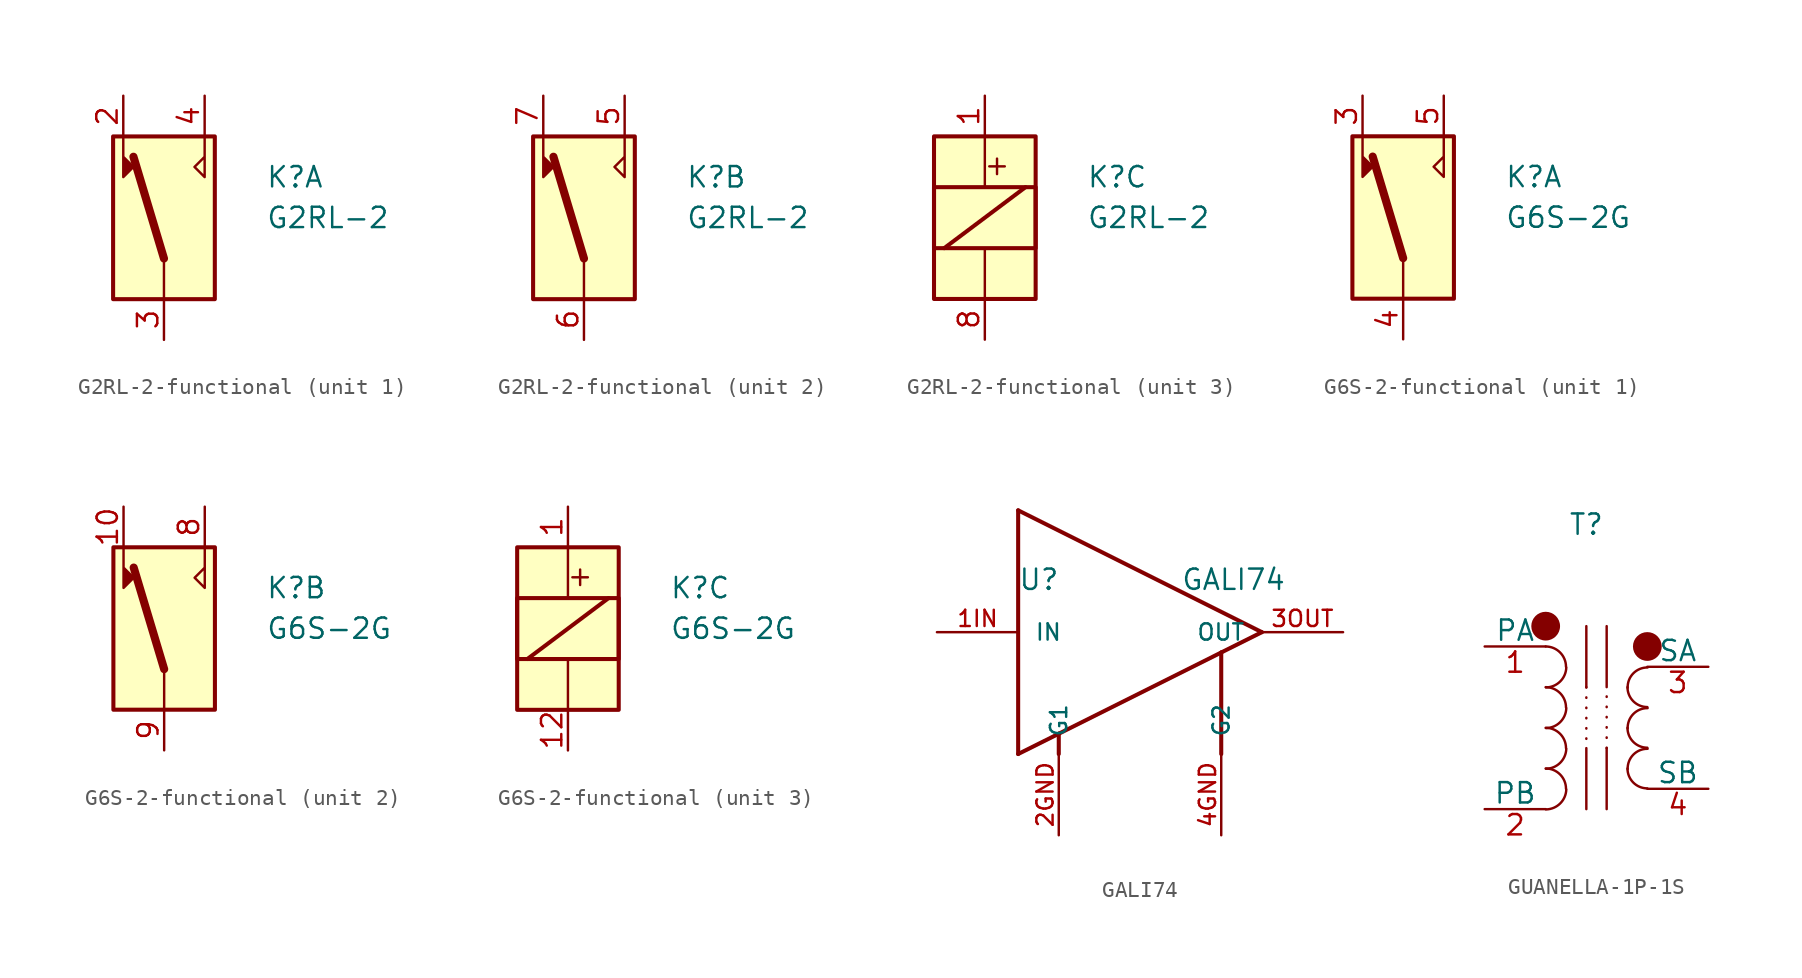
<source format=kicad_sym>
(kicad_symbol_lib
  (version 20241209)
  (generator "kicad_symbol_editor")
  (generator_version "9.0")
  (symbol "G2RL-2-functional"
    (property "Reference" "K"
      (at 6.35 2.54 0)
      (effects (font (size 1.27 1.27)) (justify left)))
    (property "Value" "G2RL-2"
      (at 6.35 0 0)
      (effects (font (size 1.27 1.27)) (justify left)))
    (property "ki_locked" ""
      (at 0 0 0)
      (effects (font (size 1.27 1.27))))
    (symbol "G2RL-2-functional_0_1"
      (rectangle (start -3.175 5.08) (end 3.175 -5.08) (stroke (width 0.254) (type solid)) (fill (type background))))
    (symbol "G2RL-2-functional_1_1"
      (polyline (pts (xy -2.54 5.08) (xy -2.54 2.54) (xy -1.905 3.175) (xy -2.54 3.81)) (stroke (width 0) (type solid)) (fill (type outline)))
      (polyline (pts (xy 0 -2.54) (xy -1.905 3.81)) (stroke (width 0.508) (type solid)) (fill (type none)))
      (polyline (pts (xy 0 -2.54) (xy 0 -5.08)) (stroke (width 0) (type solid)) (fill (type none)))
      (polyline (pts (xy 2.54 5.08) (xy 2.54 2.54) (xy 1.905 3.175) (xy 2.54 3.81)) (stroke (width 0) (type solid)) (fill (type none)))
      (pin passive line (at -2.54 7.62 270) (length 2.54) (name "~" (effects (font (size 1.27 1.27)))) (number "2" (effects (font (size 1.27 1.27)))))
      (pin passive line (at 0 -7.62 90) (length 2.54) (name "~" (effects (font (size 1.27 1.27)))) (number "3" (effects (font (size 1.27 1.27)))))
      (pin passive line (at 2.54 7.62 270) (length 2.54) (name "~" (effects (font (size 1.27 1.27)))) (number "4" (effects (font (size 1.27 1.27))))))
    (symbol "G2RL-2-functional_2_1"
      (polyline (pts (xy -2.54 5.08) (xy -2.54 2.54) (xy -1.905 3.175) (xy -2.54 3.81)) (stroke (width 0) (type solid)) (fill (type outline)))
      (polyline (pts (xy 0 -2.54) (xy -1.905 3.81)) (stroke (width 0.508) (type solid)) (fill (type none)))
      (polyline (pts (xy 0 -2.54) (xy 0 -5.08)) (stroke (width 0) (type solid)) (fill (type none)))
      (polyline (pts (xy 2.54 5.08) (xy 2.54 2.54) (xy 1.905 3.175) (xy 2.54 3.81)) (stroke (width 0) (type solid)) (fill (type none)))
      (pin passive line (at -2.54 7.62 270) (length 2.54) (name "~" (effects (font (size 1.27 1.27)))) (number "7" (effects (font (size 1.27 1.27)))))
      (pin passive line (at 0 -7.62 90) (length 2.54) (name "~" (effects (font (size 1.27 1.27)))) (number "6" (effects (font (size 1.27 1.27)))))
      (pin passive line (at 2.54 7.62 270) (length 2.54) (name "~" (effects (font (size 1.27 1.27)))) (number "5" (effects (font (size 1.27 1.27))))))
    (symbol "G2RL-2-functional_3_1"
      (rectangle (start -3.175 1.905) (end 3.175 -1.905) (stroke (width 0.254) (type solid)) (fill (type none)))
      (polyline (pts (xy -2.54 -1.905) (xy 2.54 1.905)) (stroke (width 0.254) (type solid)) (fill (type none)))
      (polyline (pts (xy 0 5.08) (xy 0 1.905)) (stroke (width 0) (type solid)) (fill (type none)))
      (polyline (pts (xy 0 -5.08) (xy 0 -1.905)) (stroke (width 0) (type solid)) (fill (type none)))
      (text "+" (at 0.762 3.302 0) (effects (font (size 1.27 1.27))))
      (pin passive line (at 0 7.62 270) (length 2.54) (name "~" (effects (font (size 1.27 1.27)))) (number "1" (effects (font (size 1.27 1.27)))))
      (pin passive line (at 0 -7.62 90) (length 2.54) (name "~" (effects (font (size 1.27 1.27)))) (number "8" (effects (font (size 1.27 1.27)))))))
  (symbol "G6S-2-functional"
    (property "Reference" "K"
      (at 6.35 2.54 0)
      (effects (font (size 1.27 1.27)) (justify left)))
    (property "Value" "G6S-2G"
      (at 6.35 0 0)
      (effects (font (size 1.27 1.27)) (justify left)))
    (property "ki_locked" ""
      (at 0 0 0)
      (effects (font (size 1.27 1.27))))
    (symbol "G6S-2-functional_0_1"
      (rectangle (start -3.175 5.08) (end 3.175 -5.08) (stroke (width 0.254) (type solid)) (fill (type background))))
    (symbol "G6S-2-functional_1_1"
      (polyline (pts (xy -2.54 5.08) (xy -2.54 2.54) (xy -1.905 3.175) (xy -2.54 3.81)) (stroke (width 0) (type solid)) (fill (type outline)))
      (polyline (pts (xy 0 -2.54) (xy -1.905 3.81)) (stroke (width 0.508) (type solid)) (fill (type none)))
      (polyline (pts (xy 0 -2.54) (xy 0 -5.08)) (stroke (width 0) (type solid)) (fill (type none)))
      (polyline (pts (xy 2.54 5.08) (xy 2.54 2.54) (xy 1.905 3.175) (xy 2.54 3.81)) (stroke (width 0) (type solid)) (fill (type none)))
      (pin passive line (at -2.54 7.62 270) (length 2.54) (name "~" (effects (font (size 1.27 1.27)))) (number "3" (effects (font (size 1.27 1.27)))))
      (pin passive line (at 0 -7.62 90) (length 2.54) (name "~" (effects (font (size 1.27 1.27)))) (number "4" (effects (font (size 1.27 1.27)))))
      (pin passive line (at 2.54 7.62 270) (length 2.54) (name "~" (effects (font (size 1.27 1.27)))) (number "5" (effects (font (size 1.27 1.27))))))
    (symbol "G6S-2-functional_2_1"
      (polyline (pts (xy -2.54 5.08) (xy -2.54 2.54) (xy -1.905 3.175) (xy -2.54 3.81)) (stroke (width 0) (type solid)) (fill (type outline)))
      (polyline (pts (xy 0 -2.54) (xy -1.905 3.81)) (stroke (width 0.508) (type solid)) (fill (type none)))
      (polyline (pts (xy 0 -2.54) (xy 0 -5.08)) (stroke (width 0) (type solid)) (fill (type none)))
      (polyline (pts (xy 2.54 5.08) (xy 2.54 2.54) (xy 1.905 3.175) (xy 2.54 3.81)) (stroke (width 0) (type solid)) (fill (type none)))
      (pin passive line (at -2.54 7.62 270) (length 2.54) (name "~" (effects (font (size 1.27 1.27)))) (number "10" (effects (font (size 1.27 1.27)))))
      (pin passive line (at 0 -7.62 90) (length 2.54) (name "~" (effects (font (size 1.27 1.27)))) (number "9" (effects (font (size 1.27 1.27)))))
      (pin passive line (at 2.54 7.62 270) (length 2.54) (name "~" (effects (font (size 1.27 1.27)))) (number "8" (effects (font (size 1.27 1.27))))))
    (symbol "G6S-2-functional_3_1"
      (rectangle (start -3.175 1.905) (end 3.175 -1.905) (stroke (width 0.254) (type solid)) (fill (type none)))
      (polyline (pts (xy -2.54 -1.905) (xy 2.54 1.905)) (stroke (width 0.254) (type solid)) (fill (type none)))
      (polyline (pts (xy 0 5.08) (xy 0 1.905)) (stroke (width 0) (type solid)) (fill (type none)))
      (polyline (pts (xy 0 -5.08) (xy 0 -1.905)) (stroke (width 0) (type solid)) (fill (type none)))
      (text "+" (at 0.762 3.302 0) (effects (font (size 1.27 1.27))))
      (pin passive line (at 0 7.62 270) (length 2.54) (name "~" (effects (font (size 1.27 1.27)))) (number "1" (effects (font (size 1.27 1.27)))))
      (pin passive line (at 0 -7.62 90) (length 2.54) (name "~" (effects (font (size 1.27 1.27)))) (number "12" (effects (font (size 1.27 1.27)))))))
  (symbol "GALI74"
    (pin_names
      (offset 1.016))
    (property "Reference" "U"
      (at -7.632 2.544 0)
      (effects (font (size 1.27 1.27)) (justify left bottom)))
    (property "Value" "GALI74"
      (at 2.545 2.545 0)
      (effects (font (size 1.27 1.27)) (justify left bottom)))
    (symbol "GALI74_0_0"
      (polyline (pts (xy -7.62 7.62) (xy -7.62 -7.62)) (stroke (width 0.254) (type default)) (fill (type none)))
      (polyline (pts (xy -7.62 -7.62) (xy -5.08 -6.35)) (stroke (width 0.254) (type default)) (fill (type none)))
      (polyline (pts (xy -5.08 -6.35) (xy 5.08 -1.27)) (stroke (width 0.254) (type default)) (fill (type none)))
      (polyline (pts (xy -5.08 -7.62) (xy -5.08 -6.35)) (stroke (width 0.254) (type default)) (fill (type none)))
      (polyline (pts (xy 5.08 -1.27) (xy 7.62 0)) (stroke (width 0.254) (type default)) (fill (type none)))
      (polyline (pts (xy 5.08 -7.62) (xy 5.08 -1.27)) (stroke (width 0.254) (type default)) (fill (type none)))
      (polyline (pts (xy 7.62 0) (xy -7.62 7.62)) (stroke (width 0.254) (type default)) (fill (type none)))
      (pin input line (at -12.7 0 0) (length 5.08) (name "IN" (effects (font (size 1.016 1.016)))) (number "1IN" (effects (font (size 1.016 1.016)))))
      (pin power_in line (at -5.08 -12.7 90) (length 5.08) (name "G1" (effects (font (size 1.016 1.016)))) (number "2GND" (effects (font (size 1.016 1.016)))))
      (pin power_in line (at 5.08 -12.7 90) (length 5.08) (name "G2" (effects (font (size 1.016 1.016)))) (number "4GND" (effects (font (size 1.016 1.016)))))
      (pin output line (at 12.7 0 180) (length 5.08) (name "OUT" (effects (font (size 1.016 1.016)))) (number "3OUT" (effects (font (size 1.016 1.016)))))))
  (symbol "GUANELLA-1P-1S"
    (pin_names
      (offset 0))
    (property "Reference" "T"
      (at 0 0 0)
      (effects (font (size 1.27 1.27))))
    (property "Value" ""
      (at 0 0 0)
      (effects (font (size 1.27 1.27))))
    (symbol "GUANELLA-1P-1S_0_1"
      (arc (start -2.5399 -7.6199) (mid -1.6419 -7.9919) (end -1.2699 -8.8899) (stroke (width 0) (type default)) (fill (type none)))
      (arc (start -1.2519 -8.9341) (mid -1.6379 -9.8105) (end -2.5219 -10.1787) (stroke (width 0) (type default)) (fill (type none)))
      (arc (start -2.5399 -10.1599) (mid -1.6419 -10.5319) (end -1.2699 -11.4299) (stroke (width 0) (type default)) (fill (type none)))
      (arc (start -1.2519 -11.4741) (mid -1.6379 -12.3505) (end -2.5219 -12.7187) (stroke (width 0) (type default)) (fill (type none)))
      (arc (start -2.5399 -12.6999) (mid -1.6419 -13.0719) (end -1.2699 -13.9699) (stroke (width 0) (type default)) (fill (type none)))
      (arc (start -1.2519 -14.0141) (mid -1.6379 -14.8905) (end -2.5219 -15.2587) (stroke (width 0) (type default)) (fill (type none)))
      (arc (start -2.5399 -15.2399) (mid -1.6419 -15.6119) (end -1.2699 -16.5099) (stroke (width 0) (type default)) (fill (type none)))
      (arc (start -1.2519 -16.5541) (mid -1.6379 -17.4305) (end -2.5219 -17.7987) (stroke (width 0) (type default)) (fill (type none)))
      (polyline (pts (xy 0 -6.35) (xy 0 -10.16)) (stroke (width 0) (type default)) (fill (type none)))
      (polyline (pts (xy 0 -13.97) (xy 0 -17.78)) (stroke (width 0) (type default)) (fill (type none)))
      (polyline (pts (xy 1.27 -10.16) (xy 1.27 -6.35)) (stroke (width 0) (type default)) (fill (type none)))
      (polyline (pts (xy 1.27 -17.78) (xy 1.27 -13.97)) (stroke (width 0) (type default)) (fill (type none)))
      (arc (start 2.5822 -10.2016) (mid 2.9326 -9.3001) (end 3.8268 -8.9316) (stroke (width 0) (type default)) (fill (type none)))
      (arc (start 3.8101 -11.4045) (mid 2.93 -11.04) (end 2.5655 -10.1599) (stroke (width 0) (type default)) (fill (type none)))
      (arc (start 2.5822 -12.7416) (mid 2.9326 -11.8401) (end 3.8268 -11.4716) (stroke (width 0) (type default)) (fill (type none)))
      (arc (start 3.8101 -13.9445) (mid 2.93 -13.58) (end 2.5655 -12.6999) (stroke (width 0) (type default)) (fill (type none)))
      (arc (start 2.5822 -15.2816) (mid 2.9326 -14.3801) (end 3.8268 -14.0116) (stroke (width 0) (type default)) (fill (type none)))
      (arc (start 3.8101 -16.4845) (mid 2.93 -16.12) (end 2.5655 -15.2399) (stroke (width 0) (type default)) (fill (type none))))
    (symbol "GUANELLA-1P-1S_1_1"
      (circle (center -2.54 -6.35) (radius 0.898) (stroke (width -0.0001) (type solid)) (fill (type outline)))
      (polyline (pts (xy 0 -10.16) (xy 0 -13.97)) (stroke (width 0) (type dot)) (fill (type none)))
      (polyline (pts (xy 1.27 -13.97) (xy 1.27 -10.16)) (stroke (width 0) (type dot)) (fill (type none)))
      (circle (center 3.81 -7.62) (radius 0.898) (stroke (width -0.0001) (type solid)) (fill (type outline)))
      (pin passive line (at -6.35 -7.62 0) (length 3.81) (name "PA" (effects (font (size 1.27 1.27)))) (number "1" (effects (font (size 1.27 1.27)))))
      (pin passive line (at -6.35 -17.78 0) (length 3.81) (name "PB" (effects (font (size 1.27 1.27)))) (number "2" (effects (font (size 1.27 1.27)))))
      (pin passive line (at 7.62 -8.89 180) (length 3.81) (name "SA" (effects (font (size 1.27 1.27)))) (number "3" (effects (font (size 1.27 1.27)))))
      (pin passive line (at 7.62 -16.51 180) (length 3.81) (name "SB" (effects (font (size 1.27 1.27)))) (number "4" (effects (font (size 1.27 1.27))))))))
</source>
